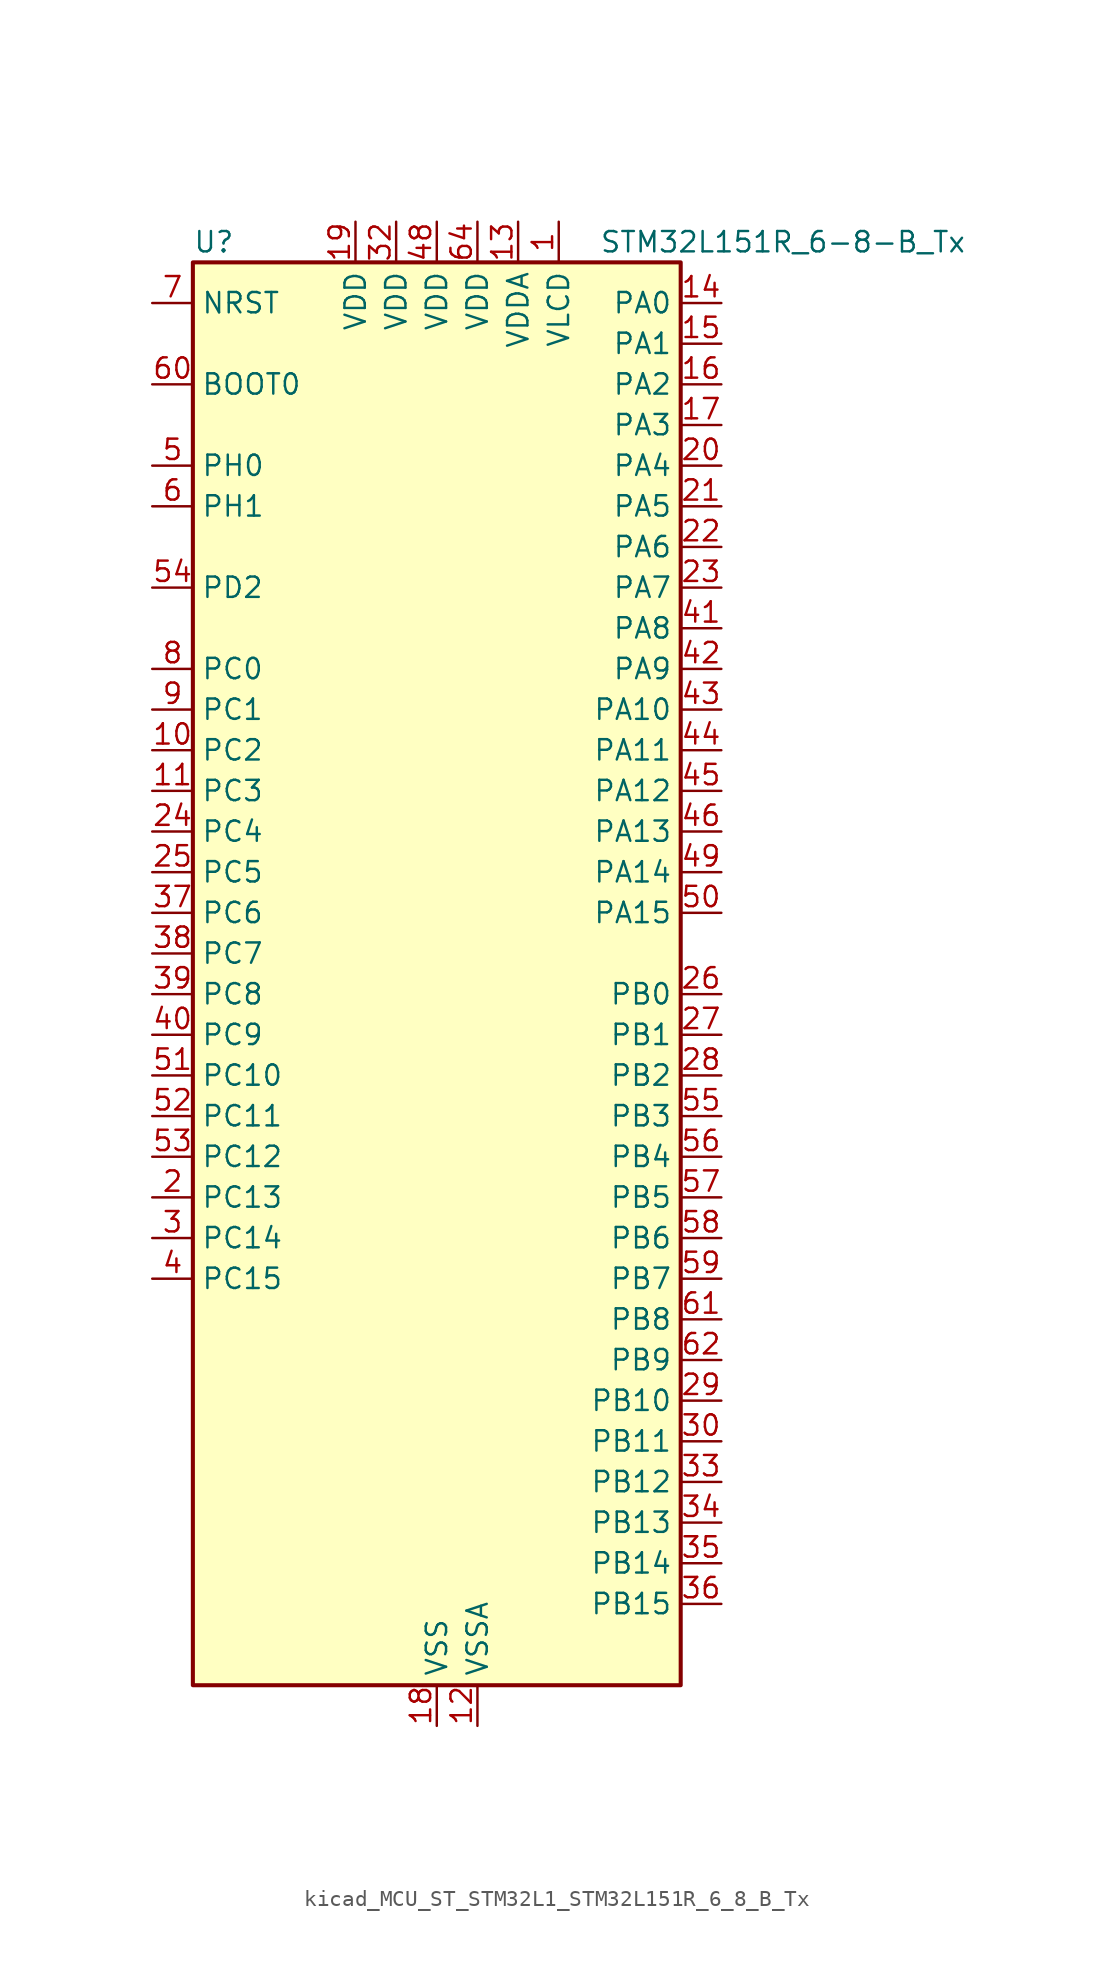
<source format=kicad_sym>
(kicad_symbol_lib
  (version 20220914)
  (generator kicad_symbol_editor)
  (symbol "kicad_MCU_ST_STM32L1_STM32L151R_6_8_B_Tx"
    (property "Reference" "U"
      (at -15.24 46.99 0)
      (effects (font (size 1.27 1.27)) (justify left)))
    (property "Value" "STM32L151R_6-8-B_Tx"
      (at 10.16 46.99 0)
      (effects (font (size 1.27 1.27)) (justify left)))
    (property "ki_locked" ""
      (at 0 0 0)
      (effects (font (size 1.27 1.27))))
    (symbol "kicad_MCU_ST_STM32L1_STM32L151R_6_8_B_Tx_0_1"
      (rectangle (start -15.24 -43.18) (end 15.24 45.72) (stroke (width 0.254) (type default)) (fill (type background))))
    (symbol "kicad_MCU_ST_STM32L1_STM32L151R_6_8_B_Tx_1_1"
      (pin power_in line (at 7.62 48.26 270) (length 2.54) (name "VLCD" (effects (font (size 1.27 1.27)))) (number "1" (effects (font (size 1.27 1.27)))))
      (pin bidirectional line (at -17.78 15.24 0) (length 2.54) (name "PC2" (effects (font (size 1.27 1.27)))) (number "10" (effects (font (size 1.27 1.27)))) (alternate "ADC_IN12" bidirectional line) (alternate "COMP1_INP" bidirectional line) (alternate "TIMX_IC3" bidirectional line) (alternate "TS_G8_IO3" bidirectional line))
      (pin bidirectional line (at -17.78 12.7 0) (length 2.54) (name "PC3" (effects (font (size 1.27 1.27)))) (number "11" (effects (font (size 1.27 1.27)))) (alternate "ADC_IN13" bidirectional line) (alternate "COMP1_INP" bidirectional line) (alternate "TIMX_IC4" bidirectional line) (alternate "TS_G8_IO4" bidirectional line))
      (pin power_in line (at 2.54 -45.72 90) (length 2.54) (name "VSSA" (effects (font (size 1.27 1.27)))) (number "12" (effects (font (size 1.27 1.27)))))
      (pin power_in line (at 5.08 48.26 270) (length 2.54) (name "VDDA" (effects (font (size 1.27 1.27)))) (number "13" (effects (font (size 1.27 1.27)))))
      (pin bidirectional line (at 17.78 43.18 180) (length 2.54) (name "PA0" (effects (font (size 1.27 1.27)))) (number "14" (effects (font (size 1.27 1.27)))) (alternate "ADC_IN0" bidirectional line) (alternate "COMP1_INP" bidirectional line) (alternate "SYS_WKUP1" bidirectional line) (alternate "TIM2_CH1" bidirectional line) (alternate "TIM2_ETR" bidirectional line) (alternate "TIMX_IC1" bidirectional line) (alternate "TS_G1_IO1" bidirectional line) (alternate "USART2_CTS" bidirectional line))
      (pin bidirectional line (at 17.78 40.64 180) (length 2.54) (name "PA1" (effects (font (size 1.27 1.27)))) (number "15" (effects (font (size 1.27 1.27)))) (alternate "ADC_IN1" bidirectional line) (alternate "COMP1_INP" bidirectional line) (alternate "TIM2_CH2" bidirectional line) (alternate "TIMX_IC2" bidirectional line) (alternate "TS_G1_IO2" bidirectional line) (alternate "USART2_RTS" bidirectional line))
      (pin bidirectional line (at 17.78 38.1 180) (length 2.54) (name "PA2" (effects (font (size 1.27 1.27)))) (number "16" (effects (font (size 1.27 1.27)))) (alternate "ADC_IN2" bidirectional line) (alternate "COMP1_INP" bidirectional line) (alternate "TIM2_CH3" bidirectional line) (alternate "TIM9_CH1" bidirectional line) (alternate "TIMX_IC3" bidirectional line) (alternate "TS_G1_IO3" bidirectional line) (alternate "USART2_TX" bidirectional line))
      (pin bidirectional line (at 17.78 35.56 180) (length 2.54) (name "PA3" (effects (font (size 1.27 1.27)))) (number "17" (effects (font (size 1.27 1.27)))) (alternate "ADC_IN3" bidirectional line) (alternate "COMP1_INP" bidirectional line) (alternate "TIM2_CH4" bidirectional line) (alternate "TIM9_CH2" bidirectional line) (alternate "TIMX_IC4" bidirectional line) (alternate "TS_G1_IO4" bidirectional line) (alternate "USART2_RX" bidirectional line))
      (pin power_in line (at 0 -45.72 90) (length 2.54) (name "VSS" (effects (font (size 1.27 1.27)))) (number "18" (effects (font (size 1.27 1.27)))))
      (pin power_in line (at -5.08 48.26 270) (length 2.54) (name "VDD" (effects (font (size 1.27 1.27)))) (number "19" (effects (font (size 1.27 1.27)))))
      (pin bidirectional line (at -17.78 -12.7 0) (length 2.54) (name "PC13" (effects (font (size 1.27 1.27)))) (number "2" (effects (font (size 1.27 1.27)))) (alternate "RTC_OUT_ALARM" bidirectional line) (alternate "RTC_OUT_CALIB" bidirectional line) (alternate "RTC_TAMP1" bidirectional line) (alternate "RTC_TS" bidirectional line) (alternate "SYS_WKUP2" bidirectional line) (alternate "TIMX_IC2" bidirectional line))
      (pin bidirectional line (at 17.78 33.02 180) (length 2.54) (name "PA4" (effects (font (size 1.27 1.27)))) (number "20" (effects (font (size 1.27 1.27)))) (alternate "ADC_IN4" bidirectional line) (alternate "COMP1_INP" bidirectional line) (alternate "DAC_OUT1" bidirectional line) (alternate "SPI1_NSS" bidirectional line) (alternate "TIMX_IC1" bidirectional line) (alternate "USART2_CK" bidirectional line))
      (pin bidirectional line (at 17.78 30.48 180) (length 2.54) (name "PA5" (effects (font (size 1.27 1.27)))) (number "21" (effects (font (size 1.27 1.27)))) (alternate "ADC_IN5" bidirectional line) (alternate "COMP1_INP" bidirectional line) (alternate "DAC_OUT2" bidirectional line) (alternate "SPI1_SCK" bidirectional line) (alternate "TIM2_CH1" bidirectional line) (alternate "TIM2_ETR" bidirectional line) (alternate "TIMX_IC2" bidirectional line))
      (pin bidirectional line (at 17.78 27.94 180) (length 2.54) (name "PA6" (effects (font (size 1.27 1.27)))) (number "22" (effects (font (size 1.27 1.27)))) (alternate "ADC_IN6" bidirectional line) (alternate "COMP1_INP" bidirectional line) (alternate "SPI1_MISO" bidirectional line) (alternate "TIM10_CH1" bidirectional line) (alternate "TIM3_CH1" bidirectional line) (alternate "TIMX_IC3" bidirectional line) (alternate "TS_G2_IO1" bidirectional line))
      (pin bidirectional line (at 17.78 25.4 180) (length 2.54) (name "PA7" (effects (font (size 1.27 1.27)))) (number "23" (effects (font (size 1.27 1.27)))) (alternate "ADC_IN7" bidirectional line) (alternate "COMP1_INP" bidirectional line) (alternate "SPI1_MOSI" bidirectional line) (alternate "TIM11_CH1" bidirectional line) (alternate "TIM3_CH2" bidirectional line) (alternate "TIMX_IC4" bidirectional line) (alternate "TS_G2_IO2" bidirectional line))
      (pin bidirectional line (at -17.78 10.16 0) (length 2.54) (name "PC4" (effects (font (size 1.27 1.27)))) (number "24" (effects (font (size 1.27 1.27)))) (alternate "ADC_IN14" bidirectional line) (alternate "COMP1_INP" bidirectional line) (alternate "TIMX_IC1" bidirectional line) (alternate "TS_G9_IO1" bidirectional line))
      (pin bidirectional line (at -17.78 7.62 0) (length 2.54) (name "PC5" (effects (font (size 1.27 1.27)))) (number "25" (effects (font (size 1.27 1.27)))) (alternate "ADC_IN15" bidirectional line) (alternate "COMP1_INP" bidirectional line) (alternate "TIMX_IC2" bidirectional line) (alternate "TS_G9_IO2" bidirectional line))
      (pin bidirectional line (at 17.78 0 180) (length 2.54) (name "PB0" (effects (font (size 1.27 1.27)))) (number "26" (effects (font (size 1.27 1.27)))) (alternate "ADC_IN8" bidirectional line) (alternate "COMP1_INP" bidirectional line) (alternate "SYS_V_REF_OUT" bidirectional line) (alternate "TIM3_CH3" bidirectional line) (alternate "TS_G3_IO1" bidirectional line))
      (pin bidirectional line (at 17.78 -2.54 180) (length 2.54) (name "PB1" (effects (font (size 1.27 1.27)))) (number "27" (effects (font (size 1.27 1.27)))) (alternate "ADC_IN9" bidirectional line) (alternate "COMP1_INP" bidirectional line) (alternate "SYS_V_REF_OUT" bidirectional line) (alternate "TIM3_CH4" bidirectional line) (alternate "TS_G3_IO2" bidirectional line))
      (pin bidirectional line (at 17.78 -5.08 180) (length 2.54) (name "PB2" (effects (font (size 1.27 1.27)))) (number "28" (effects (font (size 1.27 1.27)))))
      (pin bidirectional line (at 17.78 -25.4 180) (length 2.54) (name "PB10" (effects (font (size 1.27 1.27)))) (number "29" (effects (font (size 1.27 1.27)))) (alternate "I2C2_SCL" bidirectional line) (alternate "TIM2_CH3" bidirectional line) (alternate "USART3_TX" bidirectional line))
      (pin bidirectional line (at -17.78 -15.24 0) (length 2.54) (name "PC14" (effects (font (size 1.27 1.27)))) (number "3" (effects (font (size 1.27 1.27)))) (alternate "RCC_OSC32_IN" bidirectional line) (alternate "TIMX_IC3" bidirectional line))
      (pin bidirectional line (at 17.78 -27.94 180) (length 2.54) (name "PB11" (effects (font (size 1.27 1.27)))) (number "30" (effects (font (size 1.27 1.27)))) (alternate "ADC_EXTI11" bidirectional line) (alternate "I2C2_SDA" bidirectional line) (alternate "TIM2_CH4" bidirectional line) (alternate "USART3_RX" bidirectional line))
      (pin passive line (at 0 -45.72 90) (length 2.54) hide (name "VSS" (effects (font (size 1.27 1.27)))) (number "31" (effects (font (size 1.27 1.27)))))
      (pin power_in line (at -2.54 48.26 270) (length 2.54) (name "VDD" (effects (font (size 1.27 1.27)))) (number "32" (effects (font (size 1.27 1.27)))))
      (pin bidirectional line (at 17.78 -30.48 180) (length 2.54) (name "PB12" (effects (font (size 1.27 1.27)))) (number "33" (effects (font (size 1.27 1.27)))) (alternate "ADC_IN18" bidirectional line) (alternate "COMP1_INP" bidirectional line) (alternate "I2C2_SMBA" bidirectional line) (alternate "SPI2_NSS" bidirectional line) (alternate "TIM10_CH1" bidirectional line) (alternate "TS_G7_IO1" bidirectional line) (alternate "USART3_CK" bidirectional line))
      (pin bidirectional line (at 17.78 -33.02 180) (length 2.54) (name "PB13" (effects (font (size 1.27 1.27)))) (number "34" (effects (font (size 1.27 1.27)))) (alternate "ADC_IN19" bidirectional line) (alternate "COMP1_INP" bidirectional line) (alternate "SPI2_SCK" bidirectional line) (alternate "TIM9_CH1" bidirectional line) (alternate "TS_G7_IO2" bidirectional line) (alternate "USART3_CTS" bidirectional line))
      (pin bidirectional line (at 17.78 -35.56 180) (length 2.54) (name "PB14" (effects (font (size 1.27 1.27)))) (number "35" (effects (font (size 1.27 1.27)))) (alternate "ADC_IN20" bidirectional line) (alternate "COMP1_INP" bidirectional line) (alternate "SPI2_MISO" bidirectional line) (alternate "TIM9_CH2" bidirectional line) (alternate "TS_G7_IO3" bidirectional line) (alternate "USART3_RTS" bidirectional line))
      (pin bidirectional line (at 17.78 -38.1 180) (length 2.54) (name "PB15" (effects (font (size 1.27 1.27)))) (number "36" (effects (font (size 1.27 1.27)))) (alternate "ADC_EXTI15" bidirectional line) (alternate "ADC_IN21" bidirectional line) (alternate "COMP1_INP" bidirectional line) (alternate "RTC_REFIN" bidirectional line) (alternate "SPI2_MOSI" bidirectional line) (alternate "TIM11_CH1" bidirectional line) (alternate "TS_G7_IO4" bidirectional line))
      (pin bidirectional line (at -17.78 5.08 0) (length 2.54) (name "PC6" (effects (font (size 1.27 1.27)))) (number "37" (effects (font (size 1.27 1.27)))) (alternate "TIM3_CH1" bidirectional line) (alternate "TIMX_IC3" bidirectional line) (alternate "TS_G10_IO1" bidirectional line))
      (pin bidirectional line (at -17.78 2.54 0) (length 2.54) (name "PC7" (effects (font (size 1.27 1.27)))) (number "38" (effects (font (size 1.27 1.27)))) (alternate "TIM3_CH2" bidirectional line) (alternate "TIMX_IC4" bidirectional line) (alternate "TS_G10_IO2" bidirectional line))
      (pin bidirectional line (at -17.78 0 0) (length 2.54) (name "PC8" (effects (font (size 1.27 1.27)))) (number "39" (effects (font (size 1.27 1.27)))) (alternate "TIM3_CH3" bidirectional line) (alternate "TIMX_IC1" bidirectional line) (alternate "TS_G10_IO3" bidirectional line))
      (pin bidirectional line (at -17.78 -17.78 0) (length 2.54) (name "PC15" (effects (font (size 1.27 1.27)))) (number "4" (effects (font (size 1.27 1.27)))) (alternate "ADC_EXTI15" bidirectional line) (alternate "RCC_OSC32_OUT" bidirectional line) (alternate "TIMX_IC4" bidirectional line))
      (pin bidirectional line (at -17.78 -2.54 0) (length 2.54) (name "PC9" (effects (font (size 1.27 1.27)))) (number "40" (effects (font (size 1.27 1.27)))) (alternate "DAC_EXTI9" bidirectional line) (alternate "TIM3_CH4" bidirectional line) (alternate "TIMX_IC2" bidirectional line) (alternate "TS_G10_IO4" bidirectional line))
      (pin bidirectional line (at 17.78 22.86 180) (length 2.54) (name "PA8" (effects (font (size 1.27 1.27)))) (number "41" (effects (font (size 1.27 1.27)))) (alternate "RCC_MCO" bidirectional line) (alternate "TIMX_IC1" bidirectional line) (alternate "TS_G4_IO1" bidirectional line) (alternate "USART1_CK" bidirectional line))
      (pin bidirectional line (at 17.78 20.32 180) (length 2.54) (name "PA9" (effects (font (size 1.27 1.27)))) (number "42" (effects (font (size 1.27 1.27)))) (alternate "DAC_EXTI9" bidirectional line) (alternate "TIMX_IC2" bidirectional line) (alternate "TS_G4_IO2" bidirectional line) (alternate "USART1_TX" bidirectional line))
      (pin bidirectional line (at 17.78 17.78 180) (length 2.54) (name "PA10" (effects (font (size 1.27 1.27)))) (number "43" (effects (font (size 1.27 1.27)))) (alternate "TIMX_IC3" bidirectional line) (alternate "TS_G4_IO3" bidirectional line) (alternate "USART1_RX" bidirectional line))
      (pin bidirectional line (at 17.78 15.24 180) (length 2.54) (name "PA11" (effects (font (size 1.27 1.27)))) (number "44" (effects (font (size 1.27 1.27)))) (alternate "ADC_EXTI11" bidirectional line) (alternate "SPI1_MISO" bidirectional line) (alternate "TIMX_IC4" bidirectional line) (alternate "USART1_CTS" bidirectional line) (alternate "USB_DM" bidirectional line))
      (pin bidirectional line (at 17.78 12.7 180) (length 2.54) (name "PA12" (effects (font (size 1.27 1.27)))) (number "45" (effects (font (size 1.27 1.27)))) (alternate "SPI1_MOSI" bidirectional line) (alternate "TIMX_IC1" bidirectional line) (alternate "USART1_RTS" bidirectional line) (alternate "USB_DP" bidirectional line))
      (pin bidirectional line (at 17.78 10.16 180) (length 2.54) (name "PA13" (effects (font (size 1.27 1.27)))) (number "46" (effects (font (size 1.27 1.27)))) (alternate "SYS_JTMS-SWDIO" bidirectional line) (alternate "TIMX_IC2" bidirectional line) (alternate "TS_G5_IO1" bidirectional line))
      (pin passive line (at 0 -45.72 90) (length 2.54) hide (name "VSS" (effects (font (size 1.27 1.27)))) (number "47" (effects (font (size 1.27 1.27)))))
      (pin power_in line (at 0 48.26 270) (length 2.54) (name "VDD" (effects (font (size 1.27 1.27)))) (number "48" (effects (font (size 1.27 1.27)))))
      (pin bidirectional line (at 17.78 7.62 180) (length 2.54) (name "PA14" (effects (font (size 1.27 1.27)))) (number "49" (effects (font (size 1.27 1.27)))) (alternate "SYS_JTCK-SWCLK" bidirectional line) (alternate "TIMX_IC3" bidirectional line) (alternate "TS_G5_IO2" bidirectional line))
      (pin bidirectional line (at -17.78 33.02 0) (length 2.54) (name "PH0" (effects (font (size 1.27 1.27)))) (number "5" (effects (font (size 1.27 1.27)))) (alternate "RCC_OSC_IN" bidirectional line))
      (pin bidirectional line (at 17.78 5.08 180) (length 2.54) (name "PA15" (effects (font (size 1.27 1.27)))) (number "50" (effects (font (size 1.27 1.27)))) (alternate "ADC_EXTI15" bidirectional line) (alternate "SPI1_NSS" bidirectional line) (alternate "SYS_JTDI" bidirectional line) (alternate "TIM2_CH1" bidirectional line) (alternate "TIM2_ETR" bidirectional line) (alternate "TIMX_IC4" bidirectional line) (alternate "TS_G5_IO3" bidirectional line))
      (pin bidirectional line (at -17.78 -5.08 0) (length 2.54) (name "PC10" (effects (font (size 1.27 1.27)))) (number "51" (effects (font (size 1.27 1.27)))) (alternate "TIMX_IC3" bidirectional line) (alternate "USART3_TX" bidirectional line))
      (pin bidirectional line (at -17.78 -7.62 0) (length 2.54) (name "PC11" (effects (font (size 1.27 1.27)))) (number "52" (effects (font (size 1.27 1.27)))) (alternate "ADC_EXTI11" bidirectional line) (alternate "TIMX_IC4" bidirectional line) (alternate "USART3_RX" bidirectional line))
      (pin bidirectional line (at -17.78 -10.16 0) (length 2.54) (name "PC12" (effects (font (size 1.27 1.27)))) (number "53" (effects (font (size 1.27 1.27)))) (alternate "TIMX_IC1" bidirectional line) (alternate "USART3_CK" bidirectional line))
      (pin bidirectional line (at -17.78 25.4 0) (length 2.54) (name "PD2" (effects (font (size 1.27 1.27)))) (number "54" (effects (font (size 1.27 1.27)))) (alternate "TIM3_ETR" bidirectional line) (alternate "TIMX_IC3" bidirectional line))
      (pin bidirectional line (at 17.78 -7.62 180) (length 2.54) (name "PB3" (effects (font (size 1.27 1.27)))) (number "55" (effects (font (size 1.27 1.27)))) (alternate "COMP2_INM" bidirectional line) (alternate "SPI1_SCK" bidirectional line) (alternate "SYS_JTDO-TRACESWO" bidirectional line) (alternate "TIM2_CH2" bidirectional line))
      (pin bidirectional line (at 17.78 -10.16 180) (length 2.54) (name "PB4" (effects (font (size 1.27 1.27)))) (number "56" (effects (font (size 1.27 1.27)))) (alternate "COMP2_INP" bidirectional line) (alternate "SPI1_MISO" bidirectional line) (alternate "SYS_JTRST" bidirectional line) (alternate "TIM3_CH1" bidirectional line) (alternate "TS_G6_IO1" bidirectional line))
      (pin bidirectional line (at 17.78 -12.7 180) (length 2.54) (name "PB5" (effects (font (size 1.27 1.27)))) (number "57" (effects (font (size 1.27 1.27)))) (alternate "COMP2_INP" bidirectional line) (alternate "I2C1_SMBA" bidirectional line) (alternate "SPI1_MOSI" bidirectional line) (alternate "TIM3_CH2" bidirectional line) (alternate "TS_G6_IO2" bidirectional line))
      (pin bidirectional line (at 17.78 -15.24 180) (length 2.54) (name "PB6" (effects (font (size 1.27 1.27)))) (number "58" (effects (font (size 1.27 1.27)))) (alternate "I2C1_SCL" bidirectional line) (alternate "TIM4_CH1" bidirectional line) (alternate "USART1_TX" bidirectional line))
      (pin bidirectional line (at 17.78 -17.78 180) (length 2.54) (name "PB7" (effects (font (size 1.27 1.27)))) (number "59" (effects (font (size 1.27 1.27)))) (alternate "I2C1_SDA" bidirectional line) (alternate "SYS_PVD_IN" bidirectional line) (alternate "TIM4_CH2" bidirectional line) (alternate "USART1_RX" bidirectional line))
      (pin bidirectional line (at -17.78 30.48 0) (length 2.54) (name "PH1" (effects (font (size 1.27 1.27)))) (number "6" (effects (font (size 1.27 1.27)))) (alternate "RCC_OSC_OUT" bidirectional line))
      (pin input line (at -17.78 38.1 0) (length 2.54) (name "BOOT0" (effects (font (size 1.27 1.27)))) (number "60" (effects (font (size 1.27 1.27)))))
      (pin bidirectional line (at 17.78 -20.32 180) (length 2.54) (name "PB8" (effects (font (size 1.27 1.27)))) (number "61" (effects (font (size 1.27 1.27)))) (alternate "I2C1_SCL" bidirectional line) (alternate "TIM10_CH1" bidirectional line) (alternate "TIM4_CH3" bidirectional line))
      (pin bidirectional line (at 17.78 -22.86 180) (length 2.54) (name "PB9" (effects (font (size 1.27 1.27)))) (number "62" (effects (font (size 1.27 1.27)))) (alternate "DAC_EXTI9" bidirectional line) (alternate "I2C1_SDA" bidirectional line) (alternate "TIM11_CH1" bidirectional line) (alternate "TIM4_CH4" bidirectional line))
      (pin passive line (at 0 -45.72 90) (length 2.54) hide (name "VSS" (effects (font (size 1.27 1.27)))) (number "63" (effects (font (size 1.27 1.27)))))
      (pin power_in line (at 2.54 48.26 270) (length 2.54) (name "VDD" (effects (font (size 1.27 1.27)))) (number "64" (effects (font (size 1.27 1.27)))))
      (pin input line (at -17.78 43.18 0) (length 2.54) (name "NRST" (effects (font (size 1.27 1.27)))) (number "7" (effects (font (size 1.27 1.27)))))
      (pin bidirectional line (at -17.78 20.32 0) (length 2.54) (name "PC0" (effects (font (size 1.27 1.27)))) (number "8" (effects (font (size 1.27 1.27)))) (alternate "ADC_IN10" bidirectional line) (alternate "COMP1_INP" bidirectional line) (alternate "TIMX_IC1" bidirectional line) (alternate "TS_G8_IO1" bidirectional line))
      (pin bidirectional line (at -17.78 17.78 0) (length 2.54) (name "PC1" (effects (font (size 1.27 1.27)))) (number "9" (effects (font (size 1.27 1.27)))) (alternate "ADC_IN11" bidirectional line) (alternate "COMP1_INP" bidirectional line) (alternate "TIMX_IC2" bidirectional line) (alternate "TS_G8_IO2" bidirectional line)))))
</source>
